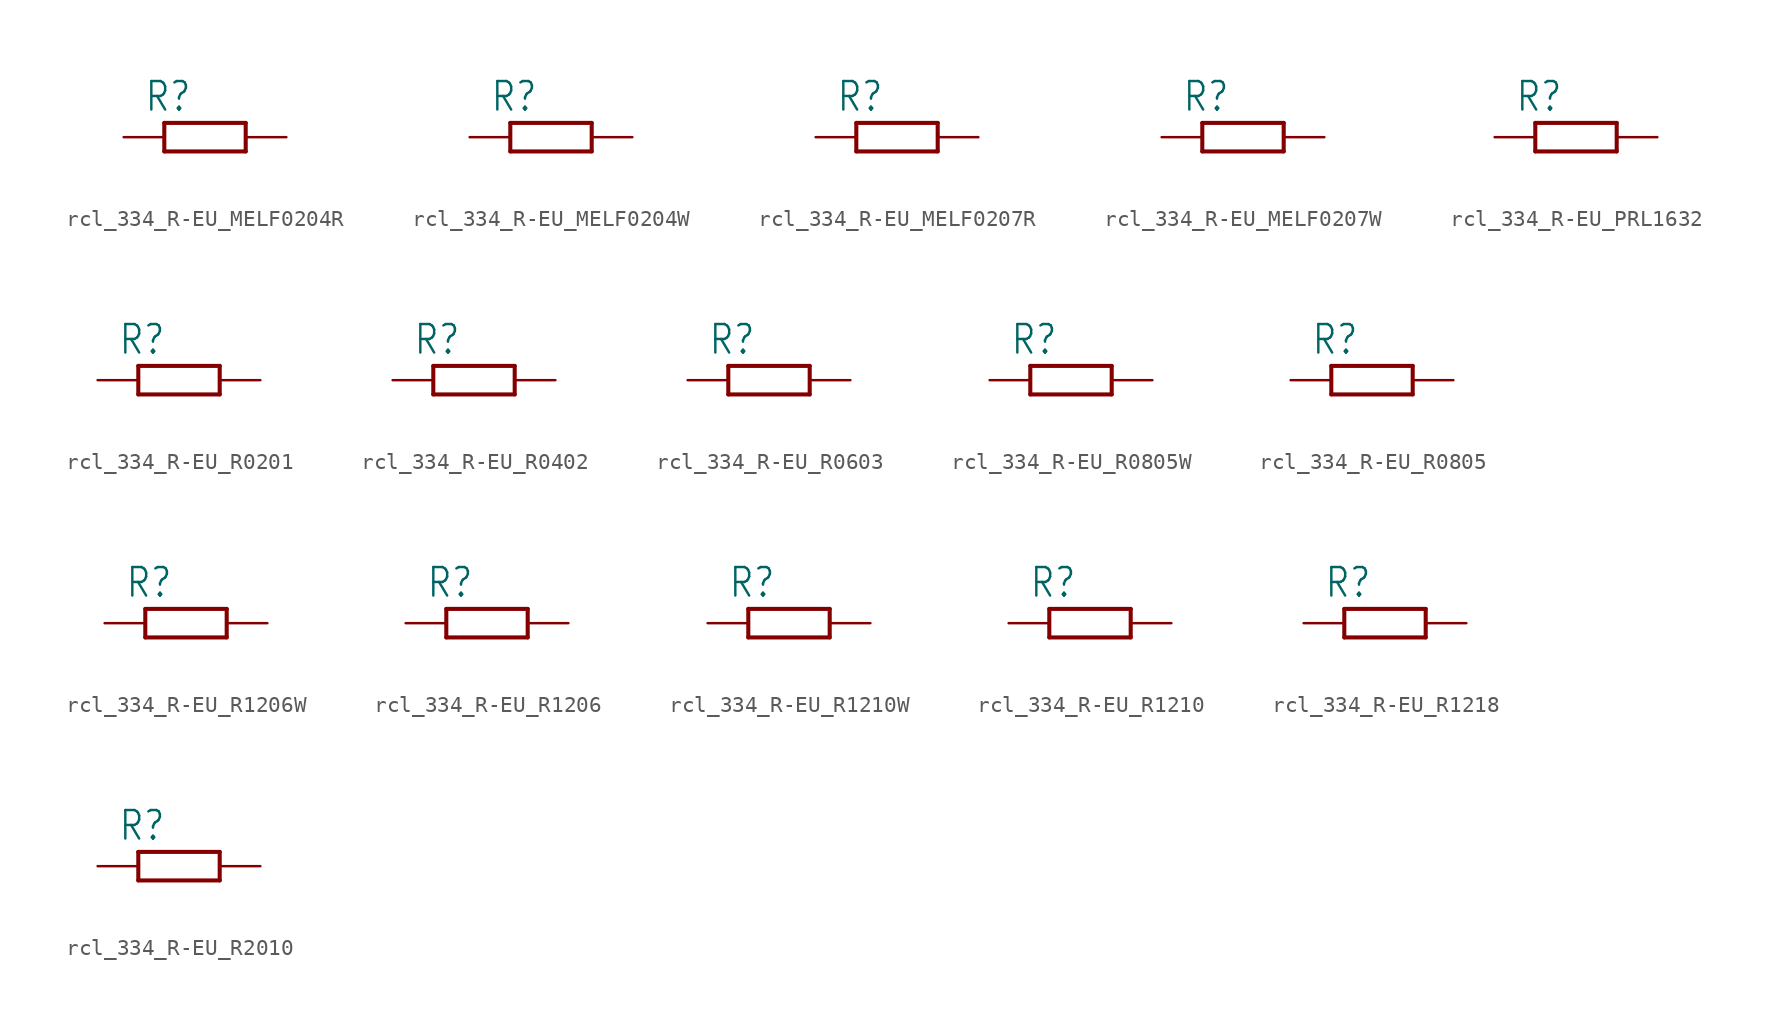
<source format=kicad_sym>
(kicad_symbol_lib
  (version 20241209)
  (generator "kicad_symbol_editor")
  (generator_version "9.0")
  (symbol "rcl_334_R-EU_MELF0204R"
    (property "Reference" "R"
      (at -3.81 1.499 0)
      (effects (font (size 1.778 1.511)) (justify left bottom)))
    (property "Value" ""
      (at -3.81 -3.302 0)
      (effects (font (size 1.778 1.511)) (justify left bottom)))
    (property "ki_locked" ""
      (at 0 0 0)
      (effects (font (size 1.27 1.27))))
    (symbol "rcl_334_R-EU_MELF0204R_1_0"
      (polyline (pts (xy -2.54 -0.889) (xy -2.54 0.889)) (stroke (width 0.254) (type solid)) (fill (type none)))
      (polyline (pts (xy -2.54 -0.889) (xy 2.54 -0.889)) (stroke (width 0.254) (type solid)) (fill (type none)))
      (polyline (pts (xy 2.54 0.889) (xy -2.54 0.889)) (stroke (width 0.254) (type solid)) (fill (type none)))
      (polyline (pts (xy 2.54 -0.889) (xy 2.54 0.889)) (stroke (width 0.254) (type solid)) (fill (type none)))
      (pin passive line (at -5.08 0 0) (length 2.54) (name "1" (effects (font (size 0 0)))) (number "1" (effects (font (size 0 0)))))
      (pin passive line (at 5.08 0 180) (length 2.54) (name "2" (effects (font (size 0 0)))) (number "2" (effects (font (size 0 0)))))))
  (symbol "rcl_334_R-EU_MELF0204W"
    (property "Reference" "R"
      (at -3.81 1.499 0)
      (effects (font (size 1.778 1.511)) (justify left bottom)))
    (property "Value" ""
      (at -3.81 -3.302 0)
      (effects (font (size 1.778 1.511)) (justify left bottom)))
    (property "ki_locked" ""
      (at 0 0 0)
      (effects (font (size 1.27 1.27))))
    (symbol "rcl_334_R-EU_MELF0204W_1_0"
      (polyline (pts (xy -2.54 -0.889) (xy -2.54 0.889)) (stroke (width 0.254) (type solid)) (fill (type none)))
      (polyline (pts (xy -2.54 -0.889) (xy 2.54 -0.889)) (stroke (width 0.254) (type solid)) (fill (type none)))
      (polyline (pts (xy 2.54 0.889) (xy -2.54 0.889)) (stroke (width 0.254) (type solid)) (fill (type none)))
      (polyline (pts (xy 2.54 -0.889) (xy 2.54 0.889)) (stroke (width 0.254) (type solid)) (fill (type none)))
      (pin passive line (at -5.08 0 0) (length 2.54) (name "1" (effects (font (size 0 0)))) (number "1" (effects (font (size 0 0)))))
      (pin passive line (at 5.08 0 180) (length 2.54) (name "2" (effects (font (size 0 0)))) (number "2" (effects (font (size 0 0)))))))
  (symbol "rcl_334_R-EU_MELF0207R"
    (property "Reference" "R"
      (at -3.81 1.499 0)
      (effects (font (size 1.778 1.511)) (justify left bottom)))
    (property "Value" ""
      (at -3.81 -3.302 0)
      (effects (font (size 1.778 1.511)) (justify left bottom)))
    (property "ki_locked" ""
      (at 0 0 0)
      (effects (font (size 1.27 1.27))))
    (symbol "rcl_334_R-EU_MELF0207R_1_0"
      (polyline (pts (xy -2.54 -0.889) (xy -2.54 0.889)) (stroke (width 0.254) (type solid)) (fill (type none)))
      (polyline (pts (xy -2.54 -0.889) (xy 2.54 -0.889)) (stroke (width 0.254) (type solid)) (fill (type none)))
      (polyline (pts (xy 2.54 0.889) (xy -2.54 0.889)) (stroke (width 0.254) (type solid)) (fill (type none)))
      (polyline (pts (xy 2.54 -0.889) (xy 2.54 0.889)) (stroke (width 0.254) (type solid)) (fill (type none)))
      (pin passive line (at -5.08 0 0) (length 2.54) (name "1" (effects (font (size 0 0)))) (number "1" (effects (font (size 0 0)))))
      (pin passive line (at 5.08 0 180) (length 2.54) (name "2" (effects (font (size 0 0)))) (number "2" (effects (font (size 0 0)))))))
  (symbol "rcl_334_R-EU_MELF0207W"
    (property "Reference" "R"
      (at -3.81 1.499 0)
      (effects (font (size 1.778 1.511)) (justify left bottom)))
    (property "Value" ""
      (at -3.81 -3.302 0)
      (effects (font (size 1.778 1.511)) (justify left bottom)))
    (property "ki_locked" ""
      (at 0 0 0)
      (effects (font (size 1.27 1.27))))
    (symbol "rcl_334_R-EU_MELF0207W_1_0"
      (polyline (pts (xy -2.54 -0.889) (xy -2.54 0.889)) (stroke (width 0.254) (type solid)) (fill (type none)))
      (polyline (pts (xy -2.54 -0.889) (xy 2.54 -0.889)) (stroke (width 0.254) (type solid)) (fill (type none)))
      (polyline (pts (xy 2.54 0.889) (xy -2.54 0.889)) (stroke (width 0.254) (type solid)) (fill (type none)))
      (polyline (pts (xy 2.54 -0.889) (xy 2.54 0.889)) (stroke (width 0.254) (type solid)) (fill (type none)))
      (pin passive line (at -5.08 0 0) (length 2.54) (name "1" (effects (font (size 0 0)))) (number "1" (effects (font (size 0 0)))))
      (pin passive line (at 5.08 0 180) (length 2.54) (name "2" (effects (font (size 0 0)))) (number "2" (effects (font (size 0 0)))))))
  (symbol "rcl_334_R-EU_PRL1632"
    (property "Reference" "R"
      (at -3.81 1.499 0)
      (effects (font (size 1.778 1.511)) (justify left bottom)))
    (property "Value" ""
      (at -3.81 -3.302 0)
      (effects (font (size 1.778 1.511)) (justify left bottom)))
    (property "ki_locked" ""
      (at 0 0 0)
      (effects (font (size 1.27 1.27))))
    (symbol "rcl_334_R-EU_PRL1632_1_0"
      (polyline (pts (xy -2.54 -0.889) (xy -2.54 0.889)) (stroke (width 0.254) (type solid)) (fill (type none)))
      (polyline (pts (xy -2.54 -0.889) (xy 2.54 -0.889)) (stroke (width 0.254) (type solid)) (fill (type none)))
      (polyline (pts (xy 2.54 0.889) (xy -2.54 0.889)) (stroke (width 0.254) (type solid)) (fill (type none)))
      (polyline (pts (xy 2.54 -0.889) (xy 2.54 0.889)) (stroke (width 0.254) (type solid)) (fill (type none)))
      (pin passive line (at -5.08 0 0) (length 2.54) (name "1" (effects (font (size 0 0)))) (number "1" (effects (font (size 0 0)))))
      (pin passive line (at 5.08 0 180) (length 2.54) (name "2" (effects (font (size 0 0)))) (number "2" (effects (font (size 0 0)))))))
  (symbol "rcl_334_R-EU_R0201"
    (property "Reference" "R"
      (at -3.81 1.499 0)
      (effects (font (size 1.778 1.511)) (justify left bottom)))
    (property "Value" ""
      (at -3.81 -3.302 0)
      (effects (font (size 1.778 1.511)) (justify left bottom)))
    (property "ki_locked" ""
      (at 0 0 0)
      (effects (font (size 1.27 1.27))))
    (symbol "rcl_334_R-EU_R0201_1_0"
      (polyline (pts (xy -2.54 -0.889) (xy -2.54 0.889)) (stroke (width 0.254) (type solid)) (fill (type none)))
      (polyline (pts (xy -2.54 -0.889) (xy 2.54 -0.889)) (stroke (width 0.254) (type solid)) (fill (type none)))
      (polyline (pts (xy 2.54 0.889) (xy -2.54 0.889)) (stroke (width 0.254) (type solid)) (fill (type none)))
      (polyline (pts (xy 2.54 -0.889) (xy 2.54 0.889)) (stroke (width 0.254) (type solid)) (fill (type none)))
      (pin passive line (at -5.08 0 0) (length 2.54) (name "1" (effects (font (size 0 0)))) (number "1" (effects (font (size 0 0)))))
      (pin passive line (at 5.08 0 180) (length 2.54) (name "2" (effects (font (size 0 0)))) (number "2" (effects (font (size 0 0)))))))
  (symbol "rcl_334_R-EU_R0402"
    (property "Reference" "R"
      (at -3.81 1.499 0)
      (effects (font (size 1.778 1.511)) (justify left bottom)))
    (property "Value" ""
      (at -3.81 -3.302 0)
      (effects (font (size 1.778 1.511)) (justify left bottom)))
    (property "ki_locked" ""
      (at 0 0 0)
      (effects (font (size 1.27 1.27))))
    (symbol "rcl_334_R-EU_R0402_1_0"
      (polyline (pts (xy -2.54 -0.889) (xy -2.54 0.889)) (stroke (width 0.254) (type solid)) (fill (type none)))
      (polyline (pts (xy -2.54 -0.889) (xy 2.54 -0.889)) (stroke (width 0.254) (type solid)) (fill (type none)))
      (polyline (pts (xy 2.54 0.889) (xy -2.54 0.889)) (stroke (width 0.254) (type solid)) (fill (type none)))
      (polyline (pts (xy 2.54 -0.889) (xy 2.54 0.889)) (stroke (width 0.254) (type solid)) (fill (type none)))
      (pin passive line (at -5.08 0 0) (length 2.54) (name "1" (effects (font (size 0 0)))) (number "1" (effects (font (size 0 0)))))
      (pin passive line (at 5.08 0 180) (length 2.54) (name "2" (effects (font (size 0 0)))) (number "2" (effects (font (size 0 0)))))))
  (symbol "rcl_334_R-EU_R0603"
    (property "Reference" "R"
      (at -3.81 1.499 0)
      (effects (font (size 1.778 1.511)) (justify left bottom)))
    (property "Value" ""
      (at -3.81 -3.302 0)
      (effects (font (size 1.778 1.511)) (justify left bottom)))
    (property "ki_locked" ""
      (at 0 0 0)
      (effects (font (size 1.27 1.27))))
    (symbol "rcl_334_R-EU_R0603_1_0"
      (polyline (pts (xy -2.54 -0.889) (xy -2.54 0.889)) (stroke (width 0.254) (type solid)) (fill (type none)))
      (polyline (pts (xy -2.54 -0.889) (xy 2.54 -0.889)) (stroke (width 0.254) (type solid)) (fill (type none)))
      (polyline (pts (xy 2.54 0.889) (xy -2.54 0.889)) (stroke (width 0.254) (type solid)) (fill (type none)))
      (polyline (pts (xy 2.54 -0.889) (xy 2.54 0.889)) (stroke (width 0.254) (type solid)) (fill (type none)))
      (pin passive line (at -5.08 0 0) (length 2.54) (name "1" (effects (font (size 0 0)))) (number "1" (effects (font (size 0 0)))))
      (pin passive line (at 5.08 0 180) (length 2.54) (name "2" (effects (font (size 0 0)))) (number "2" (effects (font (size 0 0)))))))
  (symbol "rcl_334_R-EU_R0805W"
    (property "Reference" "R"
      (at -3.81 1.499 0)
      (effects (font (size 1.778 1.511)) (justify left bottom)))
    (property "Value" ""
      (at -3.81 -3.302 0)
      (effects (font (size 1.778 1.511)) (justify left bottom)))
    (property "ki_locked" ""
      (at 0 0 0)
      (effects (font (size 1.27 1.27))))
    (symbol "rcl_334_R-EU_R0805W_1_0"
      (polyline (pts (xy -2.54 -0.889) (xy -2.54 0.889)) (stroke (width 0.254) (type solid)) (fill (type none)))
      (polyline (pts (xy -2.54 -0.889) (xy 2.54 -0.889)) (stroke (width 0.254) (type solid)) (fill (type none)))
      (polyline (pts (xy 2.54 0.889) (xy -2.54 0.889)) (stroke (width 0.254) (type solid)) (fill (type none)))
      (polyline (pts (xy 2.54 -0.889) (xy 2.54 0.889)) (stroke (width 0.254) (type solid)) (fill (type none)))
      (pin passive line (at -5.08 0 0) (length 2.54) (name "1" (effects (font (size 0 0)))) (number "1" (effects (font (size 0 0)))))
      (pin passive line (at 5.08 0 180) (length 2.54) (name "2" (effects (font (size 0 0)))) (number "2" (effects (font (size 0 0)))))))
  (symbol "rcl_334_R-EU_R0805"
    (property "Reference" "R"
      (at -3.81 1.499 0)
      (effects (font (size 1.778 1.511)) (justify left bottom)))
    (property "Value" ""
      (at -3.81 -3.302 0)
      (effects (font (size 1.778 1.511)) (justify left bottom)))
    (property "ki_locked" ""
      (at 0 0 0)
      (effects (font (size 1.27 1.27))))
    (symbol "rcl_334_R-EU_R0805_1_0"
      (polyline (pts (xy -2.54 -0.889) (xy -2.54 0.889)) (stroke (width 0.254) (type solid)) (fill (type none)))
      (polyline (pts (xy -2.54 -0.889) (xy 2.54 -0.889)) (stroke (width 0.254) (type solid)) (fill (type none)))
      (polyline (pts (xy 2.54 0.889) (xy -2.54 0.889)) (stroke (width 0.254) (type solid)) (fill (type none)))
      (polyline (pts (xy 2.54 -0.889) (xy 2.54 0.889)) (stroke (width 0.254) (type solid)) (fill (type none)))
      (pin passive line (at -5.08 0 0) (length 2.54) (name "1" (effects (font (size 0 0)))) (number "1" (effects (font (size 0 0)))))
      (pin passive line (at 5.08 0 180) (length 2.54) (name "2" (effects (font (size 0 0)))) (number "2" (effects (font (size 0 0)))))))
  (symbol "rcl_334_R-EU_R1206W"
    (property "Reference" "R"
      (at -3.81 1.499 0)
      (effects (font (size 1.778 1.511)) (justify left bottom)))
    (property "Value" ""
      (at -3.81 -3.302 0)
      (effects (font (size 1.778 1.511)) (justify left bottom)))
    (property "ki_locked" ""
      (at 0 0 0)
      (effects (font (size 1.27 1.27))))
    (symbol "rcl_334_R-EU_R1206W_1_0"
      (polyline (pts (xy -2.54 -0.889) (xy -2.54 0.889)) (stroke (width 0.254) (type solid)) (fill (type none)))
      (polyline (pts (xy -2.54 -0.889) (xy 2.54 -0.889)) (stroke (width 0.254) (type solid)) (fill (type none)))
      (polyline (pts (xy 2.54 0.889) (xy -2.54 0.889)) (stroke (width 0.254) (type solid)) (fill (type none)))
      (polyline (pts (xy 2.54 -0.889) (xy 2.54 0.889)) (stroke (width 0.254) (type solid)) (fill (type none)))
      (pin passive line (at -5.08 0 0) (length 2.54) (name "1" (effects (font (size 0 0)))) (number "1" (effects (font (size 0 0)))))
      (pin passive line (at 5.08 0 180) (length 2.54) (name "2" (effects (font (size 0 0)))) (number "2" (effects (font (size 0 0)))))))
  (symbol "rcl_334_R-EU_R1206"
    (property "Reference" "R"
      (at -3.81 1.499 0)
      (effects (font (size 1.778 1.511)) (justify left bottom)))
    (property "Value" ""
      (at -3.81 -3.302 0)
      (effects (font (size 1.778 1.511)) (justify left bottom)))
    (property "ki_locked" ""
      (at 0 0 0)
      (effects (font (size 1.27 1.27))))
    (symbol "rcl_334_R-EU_R1206_1_0"
      (polyline (pts (xy -2.54 -0.889) (xy -2.54 0.889)) (stroke (width 0.254) (type solid)) (fill (type none)))
      (polyline (pts (xy -2.54 -0.889) (xy 2.54 -0.889)) (stroke (width 0.254) (type solid)) (fill (type none)))
      (polyline (pts (xy 2.54 0.889) (xy -2.54 0.889)) (stroke (width 0.254) (type solid)) (fill (type none)))
      (polyline (pts (xy 2.54 -0.889) (xy 2.54 0.889)) (stroke (width 0.254) (type solid)) (fill (type none)))
      (pin passive line (at -5.08 0 0) (length 2.54) (name "1" (effects (font (size 0 0)))) (number "1" (effects (font (size 0 0)))))
      (pin passive line (at 5.08 0 180) (length 2.54) (name "2" (effects (font (size 0 0)))) (number "2" (effects (font (size 0 0)))))))
  (symbol "rcl_334_R-EU_R1210W"
    (property "Reference" "R"
      (at -3.81 1.499 0)
      (effects (font (size 1.778 1.511)) (justify left bottom)))
    (property "Value" ""
      (at -3.81 -3.302 0)
      (effects (font (size 1.778 1.511)) (justify left bottom)))
    (property "ki_locked" ""
      (at 0 0 0)
      (effects (font (size 1.27 1.27))))
    (symbol "rcl_334_R-EU_R1210W_1_0"
      (polyline (pts (xy -2.54 -0.889) (xy -2.54 0.889)) (stroke (width 0.254) (type solid)) (fill (type none)))
      (polyline (pts (xy -2.54 -0.889) (xy 2.54 -0.889)) (stroke (width 0.254) (type solid)) (fill (type none)))
      (polyline (pts (xy 2.54 0.889) (xy -2.54 0.889)) (stroke (width 0.254) (type solid)) (fill (type none)))
      (polyline (pts (xy 2.54 -0.889) (xy 2.54 0.889)) (stroke (width 0.254) (type solid)) (fill (type none)))
      (pin passive line (at -5.08 0 0) (length 2.54) (name "1" (effects (font (size 0 0)))) (number "1" (effects (font (size 0 0)))))
      (pin passive line (at 5.08 0 180) (length 2.54) (name "2" (effects (font (size 0 0)))) (number "2" (effects (font (size 0 0)))))))
  (symbol "rcl_334_R-EU_R1210"
    (property "Reference" "R"
      (at -3.81 1.499 0)
      (effects (font (size 1.778 1.511)) (justify left bottom)))
    (property "Value" ""
      (at -3.81 -3.302 0)
      (effects (font (size 1.778 1.511)) (justify left bottom)))
    (property "ki_locked" ""
      (at 0 0 0)
      (effects (font (size 1.27 1.27))))
    (symbol "rcl_334_R-EU_R1210_1_0"
      (polyline (pts (xy -2.54 -0.889) (xy -2.54 0.889)) (stroke (width 0.254) (type solid)) (fill (type none)))
      (polyline (pts (xy -2.54 -0.889) (xy 2.54 -0.889)) (stroke (width 0.254) (type solid)) (fill (type none)))
      (polyline (pts (xy 2.54 0.889) (xy -2.54 0.889)) (stroke (width 0.254) (type solid)) (fill (type none)))
      (polyline (pts (xy 2.54 -0.889) (xy 2.54 0.889)) (stroke (width 0.254) (type solid)) (fill (type none)))
      (pin passive line (at -5.08 0 0) (length 2.54) (name "1" (effects (font (size 0 0)))) (number "1" (effects (font (size 0 0)))))
      (pin passive line (at 5.08 0 180) (length 2.54) (name "2" (effects (font (size 0 0)))) (number "2" (effects (font (size 0 0)))))))
  (symbol "rcl_334_R-EU_R1218"
    (property "Reference" "R"
      (at -3.81 1.499 0)
      (effects (font (size 1.778 1.511)) (justify left bottom)))
    (property "Value" ""
      (at -3.81 -3.302 0)
      (effects (font (size 1.778 1.511)) (justify left bottom)))
    (property "ki_locked" ""
      (at 0 0 0)
      (effects (font (size 1.27 1.27))))
    (symbol "rcl_334_R-EU_R1218_1_0"
      (polyline (pts (xy -2.54 -0.889) (xy -2.54 0.889)) (stroke (width 0.254) (type solid)) (fill (type none)))
      (polyline (pts (xy -2.54 -0.889) (xy 2.54 -0.889)) (stroke (width 0.254) (type solid)) (fill (type none)))
      (polyline (pts (xy 2.54 0.889) (xy -2.54 0.889)) (stroke (width 0.254) (type solid)) (fill (type none)))
      (polyline (pts (xy 2.54 -0.889) (xy 2.54 0.889)) (stroke (width 0.254) (type solid)) (fill (type none)))
      (pin passive line (at -5.08 0 0) (length 2.54) (name "1" (effects (font (size 0 0)))) (number "1" (effects (font (size 0 0)))))
      (pin passive line (at 5.08 0 180) (length 2.54) (name "2" (effects (font (size 0 0)))) (number "2" (effects (font (size 0 0)))))))
  (symbol "rcl_334_R-EU_R2010"
    (property "Reference" "R"
      (at -3.81 1.499 0)
      (effects (font (size 1.778 1.511)) (justify left bottom)))
    (property "Value" ""
      (at -3.81 -3.302 0)
      (effects (font (size 1.778 1.511)) (justify left bottom)))
    (property "ki_locked" ""
      (at 0 0 0)
      (effects (font (size 1.27 1.27))))
    (symbol "rcl_334_R-EU_R2010_1_0"
      (polyline (pts (xy -2.54 -0.889) (xy -2.54 0.889)) (stroke (width 0.254) (type solid)) (fill (type none)))
      (polyline (pts (xy -2.54 -0.889) (xy 2.54 -0.889)) (stroke (width 0.254) (type solid)) (fill (type none)))
      (polyline (pts (xy 2.54 0.889) (xy -2.54 0.889)) (stroke (width 0.254) (type solid)) (fill (type none)))
      (polyline (pts (xy 2.54 -0.889) (xy 2.54 0.889)) (stroke (width 0.254) (type solid)) (fill (type none)))
      (pin passive line (at -5.08 0 0) (length 2.54) (name "1" (effects (font (size 0 0)))) (number "1" (effects (font (size 0 0)))))
      (pin passive line (at 5.08 0 180) (length 2.54) (name "2" (effects (font (size 0 0)))) (number "2" (effects (font (size 0 0))))))))
</source>
